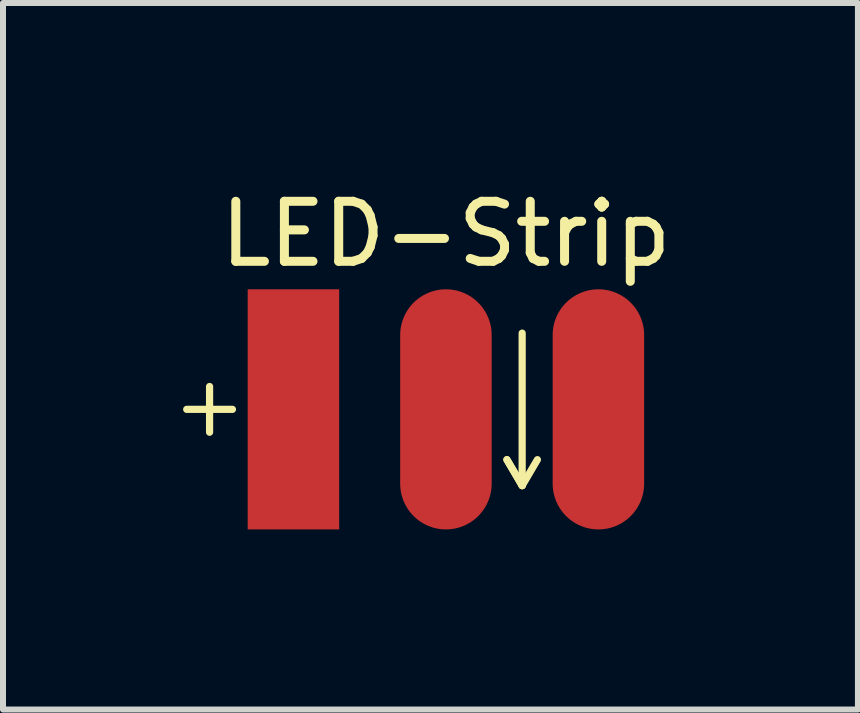
<source format=kicad_pcb>
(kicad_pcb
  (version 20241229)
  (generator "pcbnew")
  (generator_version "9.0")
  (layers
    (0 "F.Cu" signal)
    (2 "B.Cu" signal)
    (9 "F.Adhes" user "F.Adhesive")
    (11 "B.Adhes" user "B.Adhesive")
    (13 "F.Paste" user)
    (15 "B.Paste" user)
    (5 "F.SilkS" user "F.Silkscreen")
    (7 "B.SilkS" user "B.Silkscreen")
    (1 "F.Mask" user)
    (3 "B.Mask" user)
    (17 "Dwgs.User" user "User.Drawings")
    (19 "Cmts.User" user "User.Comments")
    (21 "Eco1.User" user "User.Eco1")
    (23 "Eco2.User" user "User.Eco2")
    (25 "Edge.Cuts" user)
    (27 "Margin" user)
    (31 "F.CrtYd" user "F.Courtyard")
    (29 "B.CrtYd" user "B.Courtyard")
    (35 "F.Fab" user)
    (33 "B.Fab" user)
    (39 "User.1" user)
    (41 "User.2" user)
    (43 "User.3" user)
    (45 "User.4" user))
  (footprint "LED-Strip"
    (layer "F.Cu")
    (at 4.378 3.769)
    (property "Reference" "LED-Strip" (at 0 -2.921 0) (unlocked yes) (layer "F.SilkS") (effects (font (size 1 1) (thickness 0.15))))
    (attr through_hole)
    (fp_line (start -4.318 0) (end -3.556 0) (stroke (width 0.12) (type solid)) (layer "F.SilkS"))
    (fp_line (start -3.937 -0.381) (end -3.937 0.381) (stroke (width 0.12) (type solid)) (layer "F.SilkS"))
    (fp_line (start 1.016 0.838) (end 1.27 1.27) (stroke (width 0.12) (type solid)) (layer "F.SilkS"))
    (fp_line (start 1.27 -1.27) (end 1.27 1.27) (stroke (width 0.12) (type solid)) (layer "F.SilkS"))
    (fp_line (start 1.27 1.27) (end 1.016 0.838) (stroke (width 0.12) (type solid)) (layer "F.SilkS"))
    (fp_line (start 1.27 1.27) (end 1.524 0.838) (stroke (width 0.12) (type solid)) (layer "F.SilkS"))
    (pad "1" connect rect (at -2.54 0) (size 1.524 4) (layers "F.Cu" "F.Mask"))
    (pad "2" connect oval (at 0 0) (size 1.524 4) (layers "F.Cu" "F.Mask"))
    (pad "3" connect oval (at 2.54 0) (size 1.524 4) (layers "F.Cu" "F.Mask")))
  (gr_rect
    (start -3 -3)
    (end 11.241 8.769)
    (stroke (width 0.1) (type default))
    (fill no)
    (layer "Edge.Cuts")))
</source>
